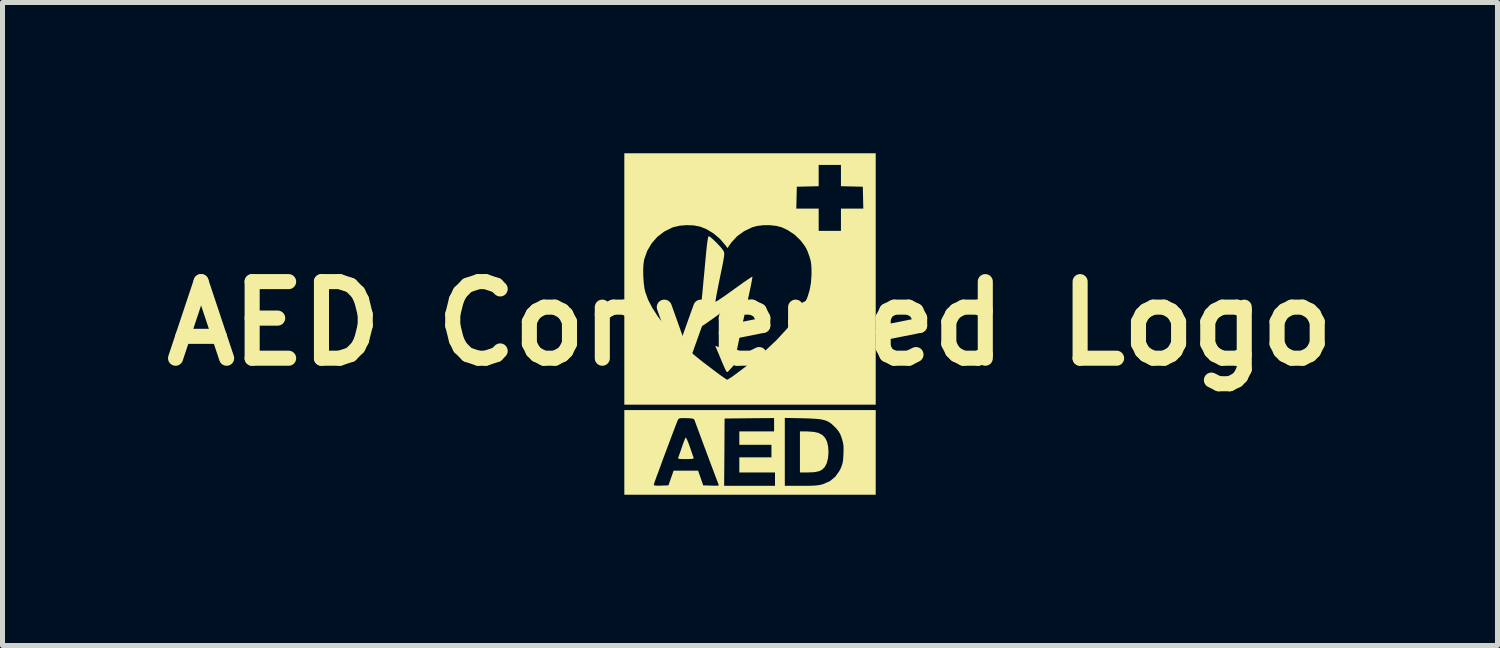
<source format=kicad_pcb>
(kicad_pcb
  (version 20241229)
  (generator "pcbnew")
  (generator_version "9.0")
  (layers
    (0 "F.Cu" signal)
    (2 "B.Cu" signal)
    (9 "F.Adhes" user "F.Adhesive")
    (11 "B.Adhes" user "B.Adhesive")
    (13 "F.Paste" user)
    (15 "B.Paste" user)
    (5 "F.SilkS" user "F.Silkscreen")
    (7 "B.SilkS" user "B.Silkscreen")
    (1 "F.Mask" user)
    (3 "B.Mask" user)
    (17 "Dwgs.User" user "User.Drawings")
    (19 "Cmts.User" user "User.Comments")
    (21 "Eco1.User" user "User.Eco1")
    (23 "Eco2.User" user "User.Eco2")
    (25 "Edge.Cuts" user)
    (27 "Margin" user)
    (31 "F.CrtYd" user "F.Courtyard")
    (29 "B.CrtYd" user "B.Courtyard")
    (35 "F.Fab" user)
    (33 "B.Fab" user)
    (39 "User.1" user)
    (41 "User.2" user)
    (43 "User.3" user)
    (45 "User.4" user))
  (footprint "AED Converted Logo"
    (layer "F.Cu")
    (at 11.873 3.388)
    (property "Reference" "AED Converted Logo" (at 0 0 0) (layer "F.SilkS") (effects (font (size 1.524 1.524) (thickness 0.3))))
    (attr board_only exclude_from_pos_files exclude_from_bom)
    (fp_poly (pts (xy 1.131 2.146) (xy 1.262 2.154) (xy 1.364 2.177) (xy 1.442 2.218) (xy 1.497 2.279) (xy 1.533 2.354) (xy 1.555 2.453) (xy 1.561 2.565) (xy 1.552 2.677) (xy 1.528 2.773) (xy 1.523 2.787) (xy 1.484 2.858) (xy 1.433 2.908) (xy 1.366 2.94) (xy 1.276 2.957) (xy 1.165 2.962) (xy 0.993 2.962) (xy 0.993 2.146)) (stroke (width 0) (type solid)) (fill yes) (layer "F.SilkS"))
    (fp_poly (pts (xy -1.27 2.277) (xy -1.251 2.315) (xy -1.226 2.375) (xy -1.199 2.45) (xy -1.198 2.452) (xy -1.17 2.532) (xy -1.147 2.601) (xy -1.129 2.651) (xy -1.121 2.674) (xy -1.127 2.685) (xy -1.155 2.692) (xy -1.211 2.695) (xy -1.277 2.696) (xy -1.354 2.696) (xy -1.401 2.693) (xy -1.425 2.687) (xy -1.431 2.677) (xy -1.428 2.665) (xy -1.417 2.636) (xy -1.398 2.582) (xy -1.373 2.511) (xy -1.355 2.457) (xy -1.329 2.383) (xy -1.305 2.321) (xy -1.288 2.28) (xy -1.281 2.267)) (stroke (width 0) (type solid)) (fill yes) (layer "F.SilkS"))
    (fp_poly (pts (xy 2.501 1.614) (xy -2.501 1.614) (xy -2.501 -1.047) (xy -2.126 -1.047) (xy -2.123 -0.925) (xy -2.114 -0.805) (xy -2.1 -0.697) (xy -2.085 -0.63) (xy -2.03 -0.478) (xy -1.946 -0.315) (xy -1.835 -0.143) (xy -1.7 0.036) (xy -1.543 0.216) (xy -1.367 0.396) (xy -1.175 0.571) (xy -1.074 0.656) (xy -1.004 0.712) (xy -0.923 0.776) (xy -0.836 0.842) (xy -0.748 0.909) (xy -0.664 0.972) (xy -0.588 1.028) (xy -0.524 1.073) (xy -0.479 1.104) (xy -0.456 1.117) (xy -0.455 1.117) (xy -0.435 1.108) (xy -0.394 1.081) (xy -0.336 1.043) (xy -0.287 1.007) (xy 0.019 0.778) (xy 0.29 0.552) (xy 0.525 0.331) (xy 0.726 0.113) (xy 0.748 0.087) (xy 0.884 -0.084) (xy 0.994 -0.24) (xy 1.079 -0.385) (xy 1.143 -0.525) (xy 1.186 -0.665) (xy 1.212 -0.81) (xy 1.223 -0.966) (xy 1.224 -1.017) (xy 1.222 -1.116) (xy 1.216 -1.193) (xy 1.204 -1.26) (xy 1.183 -1.331) (xy 1.179 -1.341) (xy 1.149 -1.428) (xy 1.119 -1.494) (xy 1.082 -1.554) (xy 1.032 -1.62) (xy 0.999 -1.661) (xy 0.886 -1.77) (xy 0.748 -1.861) (xy 0.63 -1.916) (xy 0.522 -1.944) (xy 0.395 -1.958) (xy 0.263 -1.957) (xy 0.138 -1.942) (xy 0.044 -1.916) (xy -0.118 -1.838) (xy -0.254 -1.74) (xy -0.368 -1.617) (xy -0.395 -1.58) (xy -0.449 -1.502) (xy -0.486 -1.554) (xy -0.598 -1.685) (xy -0.729 -1.796) (xy -0.871 -1.881) (xy -0.987 -1.927) (xy -1.116 -1.953) (xy -1.259 -1.959) (xy -1.402 -1.947) (xy -1.532 -1.916) (xy -1.551 -1.909) (xy -1.708 -1.83) (xy -1.845 -1.725) (xy -1.958 -1.596) (xy -2.045 -1.448) (xy -2.103 -1.285) (xy -2.111 -1.246) (xy -2.122 -1.158) (xy -2.126 -1.047) (xy -2.501 -1.047) (xy -2.501 -2.288) (xy 0.921 -2.288) (xy 1.366 -2.288) (xy 1.366 -1.845) (xy 1.809 -1.845) (xy 1.809 -2.288) (xy 2.254 -2.288) (xy 2.249 -2.505) (xy 2.244 -2.723) (xy 2.027 -2.728) (xy 1.809 -2.733) (xy 1.809 -3.157) (xy 1.366 -3.157) (xy 1.366 -2.733) (xy 1.148 -2.728) (xy 0.931 -2.723) (xy 0.926 -2.505) (xy 0.921 -2.288) (xy -2.501 -2.288) (xy -2.501 -3.388) (xy 2.501 -3.388)) (stroke (width 0) (type solid)) (fill yes) (layer "F.SilkS"))
    (fp_poly (pts (xy 2.501 3.406) (xy -2.501 3.406) (xy -2.501 3.228) (xy -0.515 3.228) (xy 0.497 3.228) (xy 0.497 2.962) (xy -0.213 2.962) (xy -0.213 2.661) (xy 0.426 2.661) (xy 0.426 2.412) (xy -0.213 2.412) (xy -0.213 2.146) (xy 0.479 2.146) (xy 0.479 1.88) (xy -0.013 1.884) (xy -0.506 1.889) (xy -0.51 2.559) (xy -0.515 3.228) (xy -2.501 3.228) (xy -2.501 3.207) (xy -1.916 3.207) (xy -1.906 3.218) (xy -1.875 3.224) (xy -1.816 3.226) (xy -1.769 3.224) (xy -1.623 3.219) (xy -1.572 3.073) (xy -1.521 2.927) (xy -1.033 2.927) (xy -0.931 3.219) (xy -0.776 3.224) (xy -0.707 3.226) (xy -0.654 3.225) (xy -0.624 3.222) (xy -0.621 3.22) (xy -0.627 3.2) (xy -0.643 3.157) (xy -0.665 3.1) (xy -0.682 3.055) (xy -0.709 2.983) (xy -0.745 2.887) (xy -0.788 2.774) (xy -0.835 2.648) (xy -0.884 2.514) (xy -0.903 2.466) (xy -0.951 2.336) (xy -0.995 2.216) (xy -1.035 2.11) (xy -1.067 2.023) (xy -1.091 1.958) (xy -1.105 1.921) (xy -1.108 1.913) (xy -1.121 1.899) (xy -1.15 1.889) (xy -1.202 1.884) (xy -1.269 1.882) (xy -1.343 1.881) (xy -1.389 1.883) (xy -1.415 1.891) (xy -1.429 1.905) (xy -1.436 1.919) (xy -1.453 1.961) (xy -1.48 2.028) (xy -1.513 2.117) (xy -1.553 2.221) (xy -1.597 2.338) (xy -1.644 2.463) (xy -1.692 2.591) (xy -1.739 2.717) (xy -1.783 2.839) (xy -1.824 2.95) (xy -1.86 3.046) (xy -1.888 3.124) (xy -1.907 3.178) (xy -1.915 3.205) (xy -1.916 3.207) (xy -2.501 3.207) (xy -2.501 1.877) (xy 0.692 1.877) (xy 0.692 3.228) (xy 1.018 3.228) (xy 1.14 3.228) (xy 1.234 3.226) (xy 1.305 3.222) (xy 1.363 3.215) (xy 1.412 3.206) (xy 1.46 3.192) (xy 1.464 3.191) (xy 1.589 3.135) (xy 1.693 3.051) (xy 1.775 2.938) (xy 1.802 2.886) (xy 1.826 2.826) (xy 1.843 2.769) (xy 1.852 2.703) (xy 1.858 2.617) (xy 1.859 2.594) (xy 1.861 2.501) (xy 1.859 2.43) (xy 1.849 2.369) (xy 1.832 2.304) (xy 1.826 2.283) (xy 1.798 2.207) (xy 1.765 2.148) (xy 1.719 2.09) (xy 1.685 2.055) (xy 1.633 2.006) (xy 1.585 1.968) (xy 1.533 1.94) (xy 1.472 1.919) (xy 1.398 1.904) (xy 1.304 1.895) (xy 1.186 1.888) (xy 1.042 1.884) (xy 0.692 1.877) (xy -2.501 1.877) (xy -2.501 1.721) (xy 2.501 1.721)) (stroke (width 0) (type solid)) (fill yes) (layer "F.SilkS"))
    (fp_poly (pts (xy -0.797 -1.726) (xy -0.756 -1.693) (xy -0.705 -1.646) (xy -0.651 -1.592) (xy -0.599 -1.537) (xy -0.556 -1.487) (xy -0.529 -1.448) (xy -0.527 -1.445) (xy -0.519 -1.427) (xy -0.514 -1.407) (xy -0.513 -1.381) (xy -0.516 -1.343) (xy -0.524 -1.291) (xy -0.537 -1.219) (xy -0.555 -1.124) (xy -0.581 -1) (xy -0.598 -0.917) (xy -0.624 -0.792) (xy -0.646 -0.679) (xy -0.665 -0.582) (xy -0.678 -0.505) (xy -0.686 -0.454) (xy -0.687 -0.433) (xy -0.687 -0.433) (xy -0.671 -0.44) (xy -0.63 -0.466) (xy -0.568 -0.507) (xy -0.489 -0.561) (xy -0.398 -0.626) (xy -0.319 -0.683) (xy -0.221 -0.753) (xy -0.132 -0.816) (xy -0.057 -0.868) (xy 0.001 -0.907) (xy 0.037 -0.929) (xy 0.048 -0.934) (xy 0.046 -0.915) (xy 0.038 -0.866) (xy 0.024 -0.793) (xy 0.005 -0.699) (xy -0.018 -0.59) (xy -0.035 -0.511) (xy -0.07 -0.355) (xy -0.104 -0.199) (xy -0.138 -0.048) (xy -0.169 0.094) (xy -0.197 0.223) (xy -0.221 0.336) (xy -0.241 0.428) (xy -0.256 0.496) (xy -0.264 0.536) (xy -0.266 0.545) (xy -0.25 0.548) (xy -0.209 0.55) (xy -0.177 0.55) (xy -0.127 0.552) (xy -0.095 0.556) (xy -0.089 0.56) (xy -0.1 0.576) (xy -0.131 0.613) (xy -0.177 0.667) (xy -0.235 0.732) (xy -0.26 0.759) (xy -0.322 0.828) (xy -0.376 0.888) (xy -0.418 0.934) (xy -0.441 0.96) (xy -0.445 0.964) (xy -0.461 0.961) (xy -0.482 0.933) (xy -0.484 0.929) (xy -0.503 0.889) (xy -0.53 0.828) (xy -0.561 0.756) (xy -0.573 0.727) (xy -0.604 0.651) (xy -0.634 0.579) (xy -0.658 0.523) (xy -0.663 0.51) (xy -0.692 0.443) (xy -0.603 0.477) (xy -0.553 0.494) (xy -0.517 0.5) (xy -0.506 0.498) (xy -0.501 0.476) (xy -0.493 0.426) (xy -0.481 0.353) (xy -0.468 0.264) (xy -0.455 0.164) (xy -0.44 0.059) (xy -0.427 -0.044) (xy -0.415 -0.14) (xy -0.405 -0.222) (xy -0.399 -0.285) (xy -0.396 -0.323) (xy -0.396 -0.331) (xy -0.412 -0.324) (xy -0.453 -0.298) (xy -0.513 -0.258) (xy -0.589 -0.205) (xy -0.676 -0.143) (xy -0.703 -0.124) (xy -0.806 -0.051) (xy -0.883 0.003) (xy -0.938 0.039) (xy -0.975 0.059) (xy -0.997 0.066) (xy -1.006 0.061) (xy -1.007 0.058) (xy -1.007 0.03) (xy -1.004 -0.026) (xy -0.997 -0.106) (xy -0.989 -0.203) (xy -0.978 -0.311) (xy -0.977 -0.32) (xy -0.966 -0.432) (xy -0.952 -0.571) (xy -0.937 -0.727) (xy -0.922 -0.892) (xy -0.906 -1.057) (xy -0.893 -1.202) (xy -0.878 -1.363) (xy -0.865 -1.492) (xy -0.854 -1.59) (xy -0.844 -1.661) (xy -0.835 -1.708) (xy -0.827 -1.733) (xy -0.821 -1.738)) (stroke (width 0) (type solid)) (fill yes) (layer "F.SilkS")))
  (gr_rect
    (start -3 -3)
    (end 26.745 9.793)
    (stroke (width 0.1) (type default))
    (fill no)
    (layer "Edge.Cuts")))
</source>
